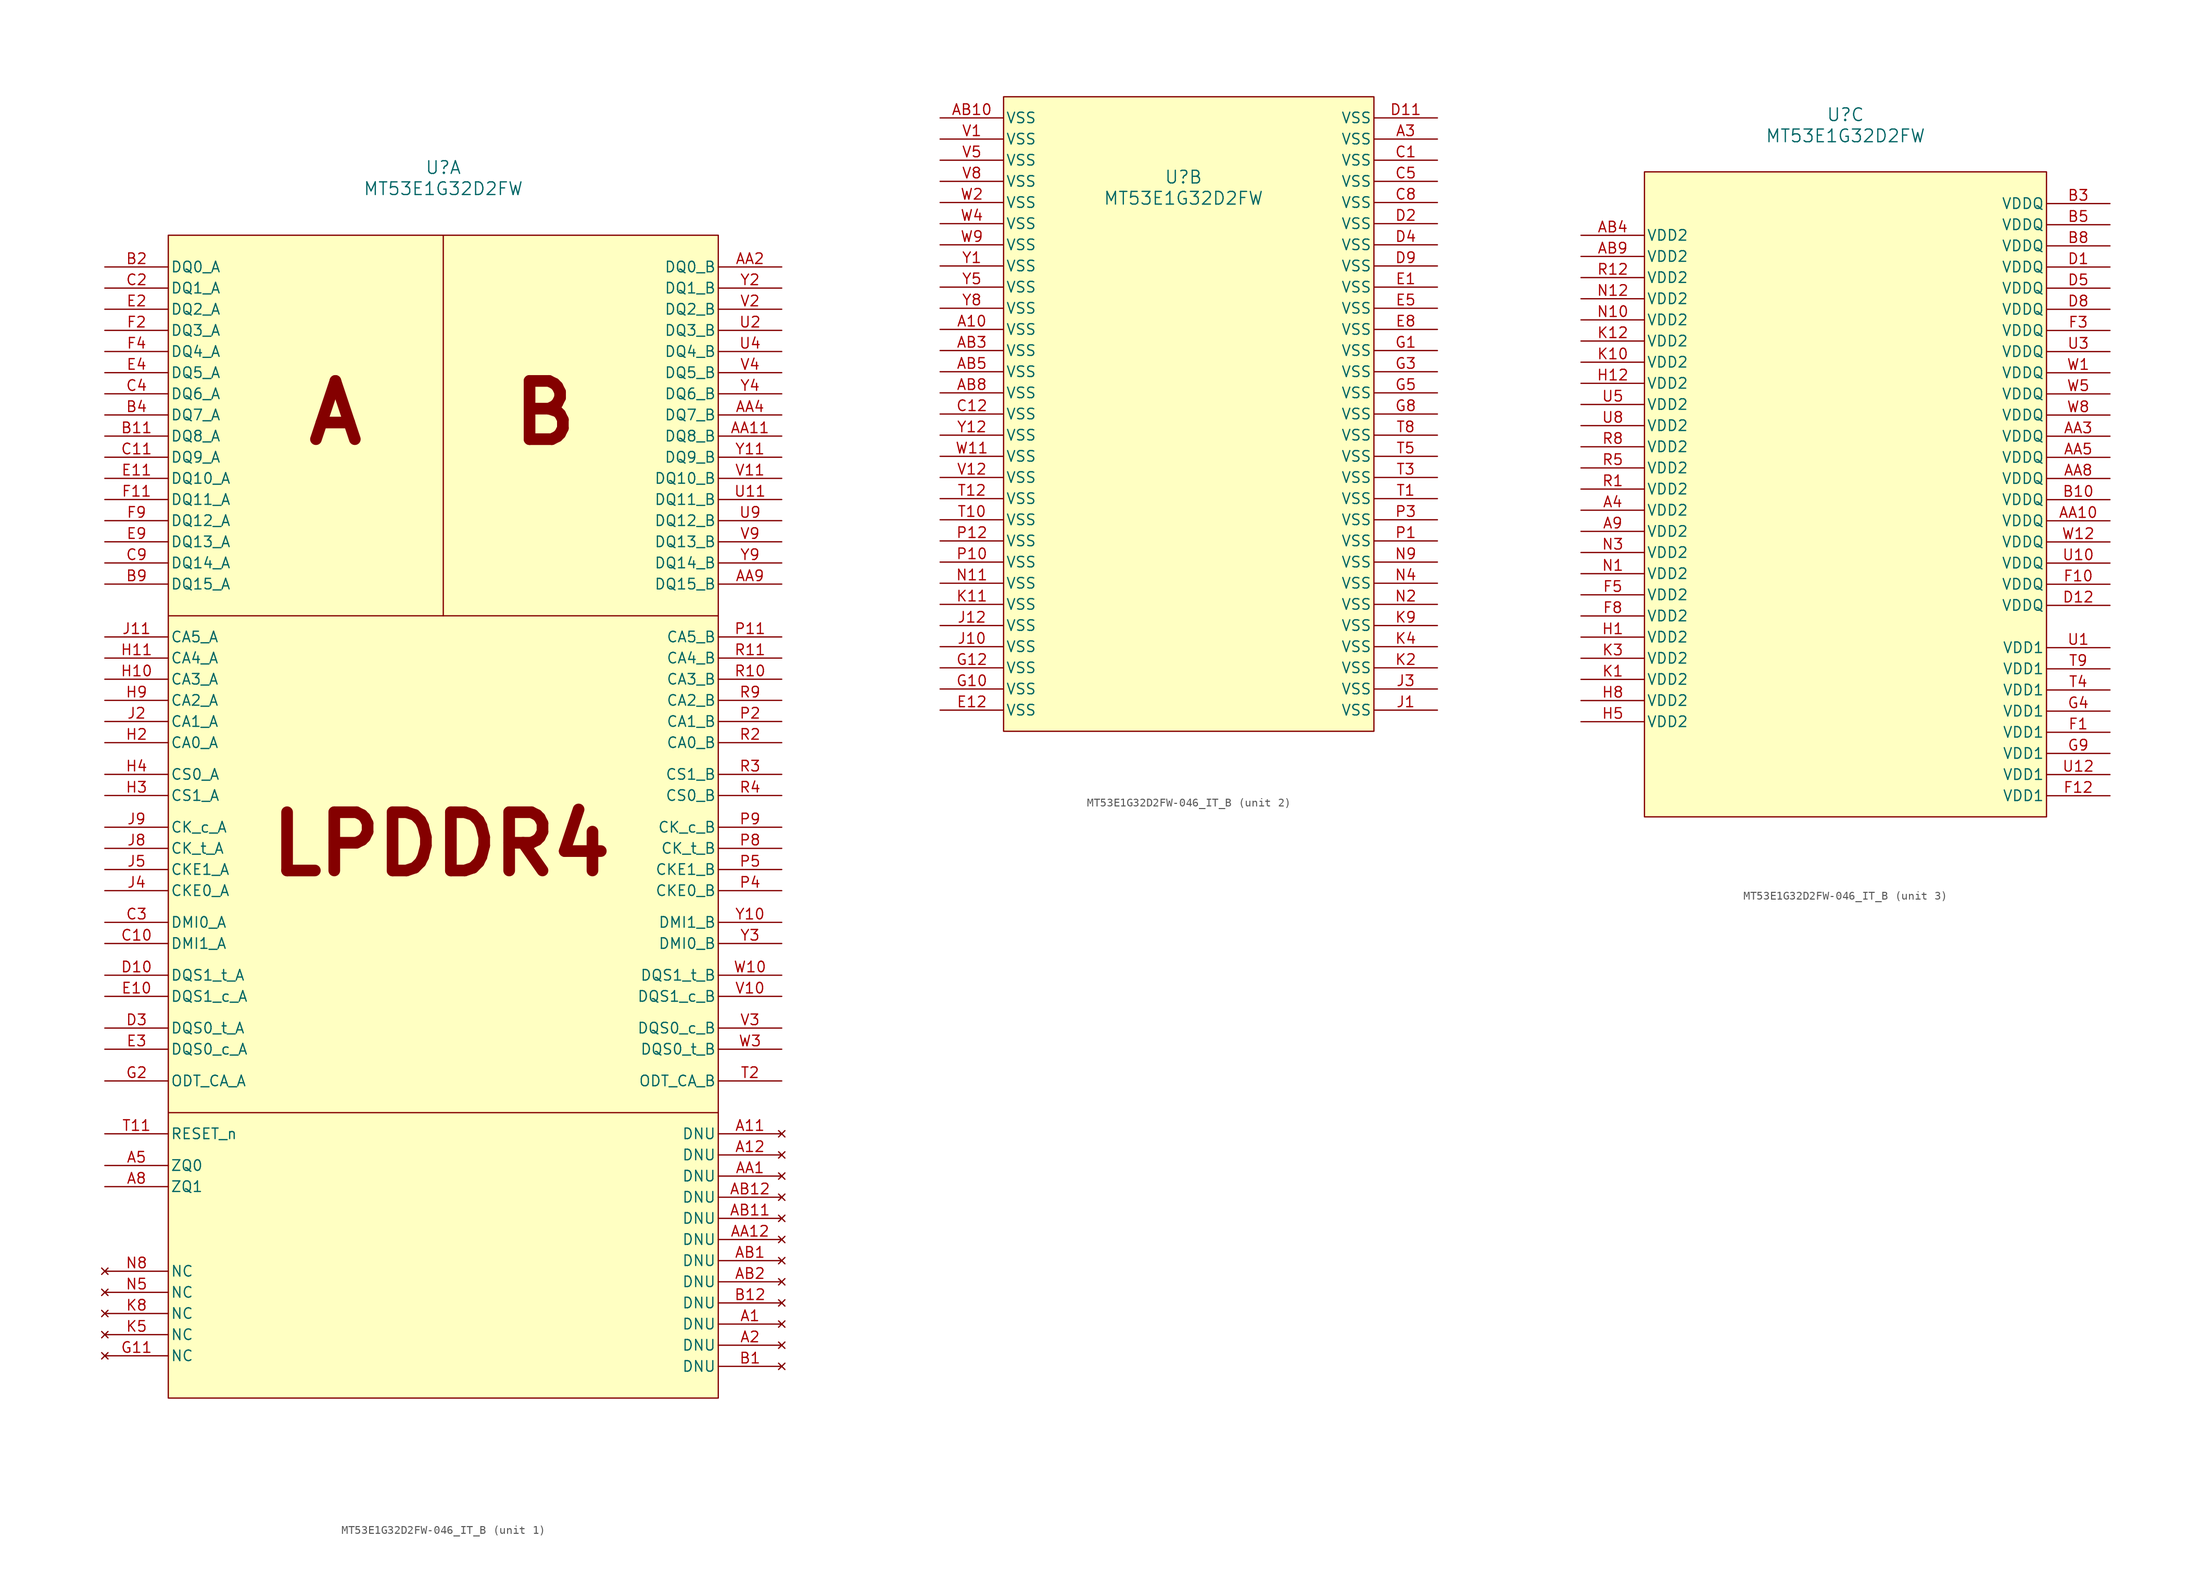
<source format=kicad_sym>
(kicad_symbol_lib
  (version 20231120)
  (generator "kicad_symbol_editor")
  (generator_version "8.0")
  (symbol "MT53E1G32D2FW-046_IT_B"
    (pin_names
      (offset 0.254))
    (property "Reference" "U"
      (at 0 22.098 0)
      (effects (font (size 1.524 1.524))))
    (property "Value" "MT53E1G32D2FW"
      (at 0 19.558 0)
      (effects (font (size 1.524 1.524))))
    (property "ki_locked" ""
      (at 0 0 0)
      (effects (font (size 1.27 1.27))))
    (symbol "MT53E1G32D2FW-046_IT_B_1_1"
      (rectangle (start -33.02 13.97) (end 33.02 -125.73) (stroke (width 0) (type default)) (fill (type background)))
      (polyline (pts (xy -33.02 -31.75) (xy 33.02 -31.75)) (stroke (width 0) (type default)) (fill (type none)))
      (polyline (pts (xy 0 13.97) (xy 0 -31.75)) (stroke (width 0) (type default)) (fill (type none)))
      (polyline (pts (xy 33.02 -91.44) (xy -33.02 -91.44)) (stroke (width 0) (type default)) (fill (type none)))
      (text "A" (at -12.954 -7.366 0) (effects (font (size 7 7) (thickness 1.4) (bold yes))))
      (text "B" (at 12.192 -7.366 0) (effects (font (size 7 7) (thickness 1.4) (bold yes))))
      (text "LPDDR4" (at -0.254 -59.182 0) (effects (font (size 7 7) (thickness 1.4) (bold yes))))
      (pin no_connect line (at 40.64 -116.84 180) (length 7.62) (name "DNU" (effects (font (size 1.27 1.27)))) (number "A1" (effects (font (size 1.27 1.27)))))
      (pin no_connect line (at 40.64 -93.98 180) (length 7.62) (name "DNU" (effects (font (size 1.27 1.27)))) (number "A11" (effects (font (size 1.27 1.27)))))
      (pin no_connect line (at 40.64 -96.52 180) (length 7.62) (name "DNU" (effects (font (size 1.27 1.27)))) (number "A12" (effects (font (size 1.27 1.27)))))
      (pin no_connect line (at 40.64 -119.38 180) (length 7.62) (name "DNU" (effects (font (size 1.27 1.27)))) (number "A2" (effects (font (size 1.27 1.27)))))
      (pin bidirectional line (at -40.64 -97.79 0) (length 7.62) (name "ZQ0" (effects (font (size 1.27 1.27)))) (number "A5" (effects (font (size 1.27 1.27)))))
      (pin power_in line (at -40.64 -100.33 0) (length 7.62) (name "ZQ1" (effects (font (size 1.27 1.27)))) (number "A8" (effects (font (size 1.27 1.27)))))
      (pin no_connect line (at 40.64 -99.06 180) (length 7.62) (name "DNU" (effects (font (size 1.27 1.27)))) (number "AA1" (effects (font (size 1.27 1.27)))))
      (pin bidirectional line (at 40.64 -10.16 180) (length 7.62) (name "DQ8_B" (effects (font (size 1.27 1.27)))) (number "AA11" (effects (font (size 1.27 1.27)))))
      (pin no_connect line (at 40.64 -106.68 180) (length 7.62) (name "DNU" (effects (font (size 1.27 1.27)))) (number "AA12" (effects (font (size 1.27 1.27)))))
      (pin bidirectional line (at 40.64 10.16 180) (length 7.62) (name "DQ0_B" (effects (font (size 1.27 1.27)))) (number "AA2" (effects (font (size 1.27 1.27)))))
      (pin bidirectional line (at 40.64 -7.62 180) (length 7.62) (name "DQ7_B" (effects (font (size 1.27 1.27)))) (number "AA4" (effects (font (size 1.27 1.27)))))
      (pin bidirectional line (at 40.64 -27.94 180) (length 7.62) (name "DQ15_B" (effects (font (size 1.27 1.27)))) (number "AA9" (effects (font (size 1.27 1.27)))))
      (pin no_connect line (at 40.64 -109.22 180) (length 7.62) (name "DNU" (effects (font (size 1.27 1.27)))) (number "AB1" (effects (font (size 1.27 1.27)))))
      (pin no_connect line (at 40.64 -104.14 180) (length 7.62) (name "DNU" (effects (font (size 1.27 1.27)))) (number "AB11" (effects (font (size 1.27 1.27)))))
      (pin no_connect line (at 40.64 -101.6 180) (length 7.62) (name "DNU" (effects (font (size 1.27 1.27)))) (number "AB12" (effects (font (size 1.27 1.27)))))
      (pin no_connect line (at 40.64 -111.76 180) (length 7.62) (name "DNU" (effects (font (size 1.27 1.27)))) (number "AB2" (effects (font (size 1.27 1.27)))))
      (pin no_connect line (at 40.64 -121.92 180) (length 7.62) (name "DNU" (effects (font (size 1.27 1.27)))) (number "B1" (effects (font (size 1.27 1.27)))))
      (pin bidirectional line (at -40.64 -10.16 0) (length 7.62) (name "DQ8_A" (effects (font (size 1.27 1.27)))) (number "B11" (effects (font (size 1.27 1.27)))))
      (pin no_connect line (at 40.64 -114.3 180) (length 7.62) (name "DNU" (effects (font (size 1.27 1.27)))) (number "B12" (effects (font (size 1.27 1.27)))))
      (pin bidirectional line (at -40.64 10.16 0) (length 7.62) (name "DQ0_A" (effects (font (size 1.27 1.27)))) (number "B2" (effects (font (size 1.27 1.27)))))
      (pin bidirectional line (at -40.64 -7.62 0) (length 7.62) (name "DQ7_A" (effects (font (size 1.27 1.27)))) (number "B4" (effects (font (size 1.27 1.27)))))
      (pin bidirectional line (at -40.64 -27.94 0) (length 7.62) (name "DQ15_A" (effects (font (size 1.27 1.27)))) (number "B9" (effects (font (size 1.27 1.27)))))
      (pin bidirectional line (at -40.64 -71.12 0) (length 7.62) (name "DMI1_A" (effects (font (size 1.27 1.27)))) (number "C10" (effects (font (size 1.27 1.27)))))
      (pin bidirectional line (at -40.64 -12.7 0) (length 7.62) (name "DQ9_A" (effects (font (size 1.27 1.27)))) (number "C11" (effects (font (size 1.27 1.27)))))
      (pin bidirectional line (at -40.64 7.62 0) (length 7.62) (name "DQ1_A" (effects (font (size 1.27 1.27)))) (number "C2" (effects (font (size 1.27 1.27)))))
      (pin bidirectional line (at -40.64 -68.58 0) (length 7.62) (name "DMI0_A" (effects (font (size 1.27 1.27)))) (number "C3" (effects (font (size 1.27 1.27)))))
      (pin bidirectional line (at -40.64 -5.08 0) (length 7.62) (name "DQ6_A" (effects (font (size 1.27 1.27)))) (number "C4" (effects (font (size 1.27 1.27)))))
      (pin bidirectional line (at -40.64 -25.4 0) (length 7.62) (name "DQ14_A" (effects (font (size 1.27 1.27)))) (number "C9" (effects (font (size 1.27 1.27)))))
      (pin bidirectional line (at -40.64 -74.93 0) (length 7.62) (name "DQS1_t_A" (effects (font (size 1.27 1.27)))) (number "D10" (effects (font (size 1.27 1.27)))))
      (pin bidirectional line (at -40.64 -81.28 0) (length 7.62) (name "DQS0_t_A" (effects (font (size 1.27 1.27)))) (number "D3" (effects (font (size 1.27 1.27)))))
      (pin bidirectional line (at -40.64 -77.47 0) (length 7.62) (name "DQS1_c_A" (effects (font (size 1.27 1.27)))) (number "E10" (effects (font (size 1.27 1.27)))))
      (pin bidirectional line (at -40.64 -15.24 0) (length 7.62) (name "DQ10_A" (effects (font (size 1.27 1.27)))) (number "E11" (effects (font (size 1.27 1.27)))))
      (pin bidirectional line (at -40.64 5.08 0) (length 7.62) (name "DQ2_A" (effects (font (size 1.27 1.27)))) (number "E2" (effects (font (size 1.27 1.27)))))
      (pin bidirectional line (at -40.64 -83.82 0) (length 7.62) (name "DQS0_c_A" (effects (font (size 1.27 1.27)))) (number "E3" (effects (font (size 1.27 1.27)))))
      (pin bidirectional line (at -40.64 -2.54 0) (length 7.62) (name "DQ5_A" (effects (font (size 1.27 1.27)))) (number "E4" (effects (font (size 1.27 1.27)))))
      (pin bidirectional line (at -40.64 -22.86 0) (length 7.62) (name "DQ13_A" (effects (font (size 1.27 1.27)))) (number "E9" (effects (font (size 1.27 1.27)))))
      (pin bidirectional line (at -40.64 -17.78 0) (length 7.62) (name "DQ11_A" (effects (font (size 1.27 1.27)))) (number "F11" (effects (font (size 1.27 1.27)))))
      (pin bidirectional line (at -40.64 2.54 0) (length 7.62) (name "DQ3_A" (effects (font (size 1.27 1.27)))) (number "F2" (effects (font (size 1.27 1.27)))))
      (pin bidirectional line (at -40.64 0 0) (length 7.62) (name "DQ4_A" (effects (font (size 1.27 1.27)))) (number "F4" (effects (font (size 1.27 1.27)))))
      (pin bidirectional line (at -40.64 -20.32 0) (length 7.62) (name "DQ12_A" (effects (font (size 1.27 1.27)))) (number "F9" (effects (font (size 1.27 1.27)))))
      (pin no_connect line (at -40.64 -120.65 0) (length 7.62) (name "NC" (effects (font (size 1.27 1.27)))) (number "G11" (effects (font (size 1.27 1.27)))))
      (pin input line (at -40.64 -87.63 0) (length 7.62) (name "ODT_CA_A" (effects (font (size 1.27 1.27)))) (number "G2" (effects (font (size 1.27 1.27)))))
      (pin input line (at -40.64 -39.37 0) (length 7.62) (name "CA3_A" (effects (font (size 1.27 1.27)))) (number "H10" (effects (font (size 1.27 1.27)))))
      (pin input line (at -40.64 -36.83 0) (length 7.62) (name "CA4_A" (effects (font (size 1.27 1.27)))) (number "H11" (effects (font (size 1.27 1.27)))))
      (pin input line (at -40.64 -46.99 0) (length 7.62) (name "CA0_A" (effects (font (size 1.27 1.27)))) (number "H2" (effects (font (size 1.27 1.27)))))
      (pin input line (at -40.64 -53.34 0) (length 7.62) (name "CS1_A" (effects (font (size 1.27 1.27)))) (number "H3" (effects (font (size 1.27 1.27)))))
      (pin input line (at -40.64 -50.8 0) (length 7.62) (name "CS0_A" (effects (font (size 1.27 1.27)))) (number "H4" (effects (font (size 1.27 1.27)))))
      (pin input line (at -40.64 -41.91 0) (length 7.62) (name "CA2_A" (effects (font (size 1.27 1.27)))) (number "H9" (effects (font (size 1.27 1.27)))))
      (pin input line (at -40.64 -34.29 0) (length 7.62) (name "CA5_A" (effects (font (size 1.27 1.27)))) (number "J11" (effects (font (size 1.27 1.27)))))
      (pin input line (at -40.64 -44.45 0) (length 7.62) (name "CA1_A" (effects (font (size 1.27 1.27)))) (number "J2" (effects (font (size 1.27 1.27)))))
      (pin input line (at -40.64 -64.77 0) (length 7.62) (name "CKE0_A" (effects (font (size 1.27 1.27)))) (number "J4" (effects (font (size 1.27 1.27)))))
      (pin input line (at -40.64 -62.23 0) (length 7.62) (name "CKE1_A" (effects (font (size 1.27 1.27)))) (number "J5" (effects (font (size 1.27 1.27)))))
      (pin input line (at -40.64 -59.69 0) (length 7.62) (name "CK_t_A" (effects (font (size 1.27 1.27)))) (number "J8" (effects (font (size 1.27 1.27)))))
      (pin input line (at -40.64 -57.15 0) (length 7.62) (name "CK_c_A" (effects (font (size 1.27 1.27)))) (number "J9" (effects (font (size 1.27 1.27)))))
      (pin no_connect line (at -40.64 -118.11 0) (length 7.62) (name "NC" (effects (font (size 1.27 1.27)))) (number "K5" (effects (font (size 1.27 1.27)))))
      (pin no_connect line (at -40.64 -115.57 0) (length 7.62) (name "NC" (effects (font (size 1.27 1.27)))) (number "K8" (effects (font (size 1.27 1.27)))))
      (pin no_connect line (at -40.64 -113.03 0) (length 7.62) (name "NC" (effects (font (size 1.27 1.27)))) (number "N5" (effects (font (size 1.27 1.27)))))
      (pin no_connect line (at -40.64 -110.49 0) (length 7.62) (name "NC" (effects (font (size 1.27 1.27)))) (number "N8" (effects (font (size 1.27 1.27)))))
      (pin input line (at 40.64 -34.29 180) (length 7.62) (name "CA5_B" (effects (font (size 1.27 1.27)))) (number "P11" (effects (font (size 1.27 1.27)))))
      (pin input line (at 40.64 -44.45 180) (length 7.62) (name "CA1_B" (effects (font (size 1.27 1.27)))) (number "P2" (effects (font (size 1.27 1.27)))))
      (pin input line (at 40.64 -64.77 180) (length 7.62) (name "CKE0_B" (effects (font (size 1.27 1.27)))) (number "P4" (effects (font (size 1.27 1.27)))))
      (pin input line (at 40.64 -62.23 180) (length 7.62) (name "CKE1_B" (effects (font (size 1.27 1.27)))) (number "P5" (effects (font (size 1.27 1.27)))))
      (pin input line (at 40.64 -59.69 180) (length 7.62) (name "CK_t_B" (effects (font (size 1.27 1.27)))) (number "P8" (effects (font (size 1.27 1.27)))))
      (pin input line (at 40.64 -57.15 180) (length 7.62) (name "CK_c_B" (effects (font (size 1.27 1.27)))) (number "P9" (effects (font (size 1.27 1.27)))))
      (pin input line (at 40.64 -39.37 180) (length 7.62) (name "CA3_B" (effects (font (size 1.27 1.27)))) (number "R10" (effects (font (size 1.27 1.27)))))
      (pin input line (at 40.64 -36.83 180) (length 7.62) (name "CA4_B" (effects (font (size 1.27 1.27)))) (number "R11" (effects (font (size 1.27 1.27)))))
      (pin input line (at 40.64 -46.99 180) (length 7.62) (name "CA0_B" (effects (font (size 1.27 1.27)))) (number "R2" (effects (font (size 1.27 1.27)))))
      (pin input line (at 40.64 -50.8 180) (length 7.62) (name "CS1_B" (effects (font (size 1.27 1.27)))) (number "R3" (effects (font (size 1.27 1.27)))))
      (pin input line (at 40.64 -53.34 180) (length 7.62) (name "CS0_B" (effects (font (size 1.27 1.27)))) (number "R4" (effects (font (size 1.27 1.27)))))
      (pin input line (at 40.64 -41.91 180) (length 7.62) (name "CA2_B" (effects (font (size 1.27 1.27)))) (number "R9" (effects (font (size 1.27 1.27)))))
      (pin input line (at -40.64 -93.98 0) (length 7.62) (name "RESET_n" (effects (font (size 1.27 1.27)))) (number "T11" (effects (font (size 1.27 1.27)))))
      (pin input line (at 40.64 -87.63 180) (length 7.62) (name "ODT_CA_B" (effects (font (size 1.27 1.27)))) (number "T2" (effects (font (size 1.27 1.27)))))
      (pin bidirectional line (at 40.64 -17.78 180) (length 7.62) (name "DQ11_B" (effects (font (size 1.27 1.27)))) (number "U11" (effects (font (size 1.27 1.27)))))
      (pin bidirectional line (at 40.64 2.54 180) (length 7.62) (name "DQ3_B" (effects (font (size 1.27 1.27)))) (number "U2" (effects (font (size 1.27 1.27)))))
      (pin bidirectional line (at 40.64 0 180) (length 7.62) (name "DQ4_B" (effects (font (size 1.27 1.27)))) (number "U4" (effects (font (size 1.27 1.27)))))
      (pin bidirectional line (at 40.64 -20.32 180) (length 7.62) (name "DQ12_B" (effects (font (size 1.27 1.27)))) (number "U9" (effects (font (size 1.27 1.27)))))
      (pin bidirectional line (at 40.64 -77.47 180) (length 7.62) (name "DQS1_c_B" (effects (font (size 1.27 1.27)))) (number "V10" (effects (font (size 1.27 1.27)))))
      (pin bidirectional line (at 40.64 -15.24 180) (length 7.62) (name "DQ10_B" (effects (font (size 1.27 1.27)))) (number "V11" (effects (font (size 1.27 1.27)))))
      (pin bidirectional line (at 40.64 5.08 180) (length 7.62) (name "DQ2_B" (effects (font (size 1.27 1.27)))) (number "V2" (effects (font (size 1.27 1.27)))))
      (pin bidirectional line (at 40.64 -81.28 180) (length 7.62) (name "DQS0_c_B" (effects (font (size 1.27 1.27)))) (number "V3" (effects (font (size 1.27 1.27)))))
      (pin bidirectional line (at 40.64 -2.54 180) (length 7.62) (name "DQ5_B" (effects (font (size 1.27 1.27)))) (number "V4" (effects (font (size 1.27 1.27)))))
      (pin bidirectional line (at 40.64 -22.86 180) (length 7.62) (name "DQ13_B" (effects (font (size 1.27 1.27)))) (number "V9" (effects (font (size 1.27 1.27)))))
      (pin bidirectional line (at 40.64 -74.93 180) (length 7.62) (name "DQS1_t_B" (effects (font (size 1.27 1.27)))) (number "W10" (effects (font (size 1.27 1.27)))))
      (pin bidirectional line (at 40.64 -83.82 180) (length 7.62) (name "DQS0_t_B" (effects (font (size 1.27 1.27)))) (number "W3" (effects (font (size 1.27 1.27)))))
      (pin bidirectional line (at 40.64 -68.58 180) (length 7.62) (name "DMI1_B" (effects (font (size 1.27 1.27)))) (number "Y10" (effects (font (size 1.27 1.27)))))
      (pin bidirectional line (at 40.64 -12.7 180) (length 7.62) (name "DQ9_B" (effects (font (size 1.27 1.27)))) (number "Y11" (effects (font (size 1.27 1.27)))))
      (pin bidirectional line (at 40.64 7.62 180) (length 7.62) (name "DQ1_B" (effects (font (size 1.27 1.27)))) (number "Y2" (effects (font (size 1.27 1.27)))))
      (pin bidirectional line (at 40.64 -71.12 180) (length 7.62) (name "DMI0_B" (effects (font (size 1.27 1.27)))) (number "Y3" (effects (font (size 1.27 1.27)))))
      (pin bidirectional line (at 40.64 -5.08 180) (length 7.62) (name "DQ6_B" (effects (font (size 1.27 1.27)))) (number "Y4" (effects (font (size 1.27 1.27)))))
      (pin bidirectional line (at 40.64 -25.4 180) (length 7.62) (name "DQ14_B" (effects (font (size 1.27 1.27)))) (number "Y9" (effects (font (size 1.27 1.27))))))
    (symbol "MT53E1G32D2FW-046_IT_B_2_1"
      (rectangle (start -21.59 31.75) (end 22.86 -44.45) (stroke (width 0) (type default)) (fill (type background)))
      (pin power_out line (at -29.21 3.81 0) (length 7.62) (name "VSS" (effects (font (size 1.27 1.27)))) (number "A10" (effects (font (size 1.27 1.27)))))
      (pin power_out line (at 30.48 26.67 180) (length 7.62) (name "VSS" (effects (font (size 1.27 1.27)))) (number "A3" (effects (font (size 1.27 1.27)))))
      (pin power_out line (at -29.21 29.21 0) (length 7.62) (name "VSS" (effects (font (size 1.27 1.27)))) (number "AB10" (effects (font (size 1.27 1.27)))))
      (pin power_out line (at -29.21 1.27 0) (length 7.62) (name "VSS" (effects (font (size 1.27 1.27)))) (number "AB3" (effects (font (size 1.27 1.27)))))
      (pin power_out line (at -29.21 -1.27 0) (length 7.62) (name "VSS" (effects (font (size 1.27 1.27)))) (number "AB5" (effects (font (size 1.27 1.27)))))
      (pin power_out line (at -29.21 -3.81 0) (length 7.62) (name "VSS" (effects (font (size 1.27 1.27)))) (number "AB8" (effects (font (size 1.27 1.27)))))
      (pin power_out line (at 30.48 24.13 180) (length 7.62) (name "VSS" (effects (font (size 1.27 1.27)))) (number "C1" (effects (font (size 1.27 1.27)))))
      (pin power_out line (at -29.21 -6.35 0) (length 7.62) (name "VSS" (effects (font (size 1.27 1.27)))) (number "C12" (effects (font (size 1.27 1.27)))))
      (pin power_out line (at 30.48 21.59 180) (length 7.62) (name "VSS" (effects (font (size 1.27 1.27)))) (number "C5" (effects (font (size 1.27 1.27)))))
      (pin power_out line (at 30.48 19.05 180) (length 7.62) (name "VSS" (effects (font (size 1.27 1.27)))) (number "C8" (effects (font (size 1.27 1.27)))))
      (pin power_out line (at 30.48 29.21 180) (length 7.62) (name "VSS" (effects (font (size 1.27 1.27)))) (number "D11" (effects (font (size 1.27 1.27)))))
      (pin power_out line (at 30.48 16.51 180) (length 7.62) (name "VSS" (effects (font (size 1.27 1.27)))) (number "D2" (effects (font (size 1.27 1.27)))))
      (pin power_out line (at 30.48 13.97 180) (length 7.62) (name "VSS" (effects (font (size 1.27 1.27)))) (number "D4" (effects (font (size 1.27 1.27)))))
      (pin power_out line (at 30.48 11.43 180) (length 7.62) (name "VSS" (effects (font (size 1.27 1.27)))) (number "D9" (effects (font (size 1.27 1.27)))))
      (pin power_out line (at 30.48 8.89 180) (length 7.62) (name "VSS" (effects (font (size 1.27 1.27)))) (number "E1" (effects (font (size 1.27 1.27)))))
      (pin power_out line (at -29.21 -41.91 0) (length 7.62) (name "VSS" (effects (font (size 1.27 1.27)))) (number "E12" (effects (font (size 1.27 1.27)))))
      (pin power_out line (at 30.48 6.35 180) (length 7.62) (name "VSS" (effects (font (size 1.27 1.27)))) (number "E5" (effects (font (size 1.27 1.27)))))
      (pin power_out line (at 30.48 3.81 180) (length 7.62) (name "VSS" (effects (font (size 1.27 1.27)))) (number "E8" (effects (font (size 1.27 1.27)))))
      (pin power_out line (at 30.48 1.27 180) (length 7.62) (name "VSS" (effects (font (size 1.27 1.27)))) (number "G1" (effects (font (size 1.27 1.27)))))
      (pin power_out line (at -29.21 -39.37 0) (length 7.62) (name "VSS" (effects (font (size 1.27 1.27)))) (number "G10" (effects (font (size 1.27 1.27)))))
      (pin power_out line (at -29.21 -36.83 0) (length 7.62) (name "VSS" (effects (font (size 1.27 1.27)))) (number "G12" (effects (font (size 1.27 1.27)))))
      (pin power_out line (at 30.48 -1.27 180) (length 7.62) (name "VSS" (effects (font (size 1.27 1.27)))) (number "G3" (effects (font (size 1.27 1.27)))))
      (pin power_out line (at 30.48 -3.81 180) (length 7.62) (name "VSS" (effects (font (size 1.27 1.27)))) (number "G5" (effects (font (size 1.27 1.27)))))
      (pin power_out line (at 30.48 -6.35 180) (length 7.62) (name "VSS" (effects (font (size 1.27 1.27)))) (number "G8" (effects (font (size 1.27 1.27)))))
      (pin power_out line (at 30.48 -41.91 180) (length 7.62) (name "VSS" (effects (font (size 1.27 1.27)))) (number "J1" (effects (font (size 1.27 1.27)))))
      (pin power_out line (at -29.21 -34.29 0) (length 7.62) (name "VSS" (effects (font (size 1.27 1.27)))) (number "J10" (effects (font (size 1.27 1.27)))))
      (pin power_out line (at -29.21 -31.75 0) (length 7.62) (name "VSS" (effects (font (size 1.27 1.27)))) (number "J12" (effects (font (size 1.27 1.27)))))
      (pin power_out line (at 30.48 -39.37 180) (length 7.62) (name "VSS" (effects (font (size 1.27 1.27)))) (number "J3" (effects (font (size 1.27 1.27)))))
      (pin power_out line (at -29.21 -29.21 0) (length 7.62) (name "VSS" (effects (font (size 1.27 1.27)))) (number "K11" (effects (font (size 1.27 1.27)))))
      (pin power_out line (at 30.48 -36.83 180) (length 7.62) (name "VSS" (effects (font (size 1.27 1.27)))) (number "K2" (effects (font (size 1.27 1.27)))))
      (pin power_out line (at 30.48 -34.29 180) (length 7.62) (name "VSS" (effects (font (size 1.27 1.27)))) (number "K4" (effects (font (size 1.27 1.27)))))
      (pin power_out line (at 30.48 -31.75 180) (length 7.62) (name "VSS" (effects (font (size 1.27 1.27)))) (number "K9" (effects (font (size 1.27 1.27)))))
      (pin power_out line (at -29.21 -26.67 0) (length 7.62) (name "VSS" (effects (font (size 1.27 1.27)))) (number "N11" (effects (font (size 1.27 1.27)))))
      (pin power_out line (at 30.48 -29.21 180) (length 7.62) (name "VSS" (effects (font (size 1.27 1.27)))) (number "N2" (effects (font (size 1.27 1.27)))))
      (pin power_out line (at 30.48 -26.67 180) (length 7.62) (name "VSS" (effects (font (size 1.27 1.27)))) (number "N4" (effects (font (size 1.27 1.27)))))
      (pin power_out line (at 30.48 -24.13 180) (length 7.62) (name "VSS" (effects (font (size 1.27 1.27)))) (number "N9" (effects (font (size 1.27 1.27)))))
      (pin power_out line (at 30.48 -21.59 180) (length 7.62) (name "VSS" (effects (font (size 1.27 1.27)))) (number "P1" (effects (font (size 1.27 1.27)))))
      (pin power_out line (at -29.21 -24.13 0) (length 7.62) (name "VSS" (effects (font (size 1.27 1.27)))) (number "P10" (effects (font (size 1.27 1.27)))))
      (pin power_out line (at -29.21 -21.59 0) (length 7.62) (name "VSS" (effects (font (size 1.27 1.27)))) (number "P12" (effects (font (size 1.27 1.27)))))
      (pin power_out line (at 30.48 -19.05 180) (length 7.62) (name "VSS" (effects (font (size 1.27 1.27)))) (number "P3" (effects (font (size 1.27 1.27)))))
      (pin power_out line (at 30.48 -16.51 180) (length 7.62) (name "VSS" (effects (font (size 1.27 1.27)))) (number "T1" (effects (font (size 1.27 1.27)))))
      (pin power_out line (at -29.21 -19.05 0) (length 7.62) (name "VSS" (effects (font (size 1.27 1.27)))) (number "T10" (effects (font (size 1.27 1.27)))))
      (pin power_out line (at -29.21 -16.51 0) (length 7.62) (name "VSS" (effects (font (size 1.27 1.27)))) (number "T12" (effects (font (size 1.27 1.27)))))
      (pin power_out line (at 30.48 -13.97 180) (length 7.62) (name "VSS" (effects (font (size 1.27 1.27)))) (number "T3" (effects (font (size 1.27 1.27)))))
      (pin power_out line (at 30.48 -11.43 180) (length 7.62) (name "VSS" (effects (font (size 1.27 1.27)))) (number "T5" (effects (font (size 1.27 1.27)))))
      (pin power_out line (at 30.48 -8.89 180) (length 7.62) (name "VSS" (effects (font (size 1.27 1.27)))) (number "T8" (effects (font (size 1.27 1.27)))))
      (pin power_out line (at -29.21 26.67 0) (length 7.62) (name "VSS" (effects (font (size 1.27 1.27)))) (number "V1" (effects (font (size 1.27 1.27)))))
      (pin power_out line (at -29.21 -13.97 0) (length 7.62) (name "VSS" (effects (font (size 1.27 1.27)))) (number "V12" (effects (font (size 1.27 1.27)))))
      (pin power_out line (at -29.21 24.13 0) (length 7.62) (name "VSS" (effects (font (size 1.27 1.27)))) (number "V5" (effects (font (size 1.27 1.27)))))
      (pin power_out line (at -29.21 21.59 0) (length 7.62) (name "VSS" (effects (font (size 1.27 1.27)))) (number "V8" (effects (font (size 1.27 1.27)))))
      (pin power_out line (at -29.21 -11.43 0) (length 7.62) (name "VSS" (effects (font (size 1.27 1.27)))) (number "W11" (effects (font (size 1.27 1.27)))))
      (pin power_out line (at -29.21 19.05 0) (length 7.62) (name "VSS" (effects (font (size 1.27 1.27)))) (number "W2" (effects (font (size 1.27 1.27)))))
      (pin power_out line (at -29.21 16.51 0) (length 7.62) (name "VSS" (effects (font (size 1.27 1.27)))) (number "W4" (effects (font (size 1.27 1.27)))))
      (pin power_out line (at -29.21 13.97 0) (length 7.62) (name "VSS" (effects (font (size 1.27 1.27)))) (number "W9" (effects (font (size 1.27 1.27)))))
      (pin power_out line (at -29.21 11.43 0) (length 7.62) (name "VSS" (effects (font (size 1.27 1.27)))) (number "Y1" (effects (font (size 1.27 1.27)))))
      (pin power_out line (at -29.21 -8.89 0) (length 7.62) (name "VSS" (effects (font (size 1.27 1.27)))) (number "Y12" (effects (font (size 1.27 1.27)))))
      (pin power_out line (at -29.21 8.89 0) (length 7.62) (name "VSS" (effects (font (size 1.27 1.27)))) (number "Y5" (effects (font (size 1.27 1.27)))))
      (pin power_out line (at -29.21 6.35 0) (length 7.62) (name "VSS" (effects (font (size 1.27 1.27)))) (number "Y8" (effects (font (size 1.27 1.27))))))
    (symbol "MT53E1G32D2FW-046_IT_B_3_1"
      (rectangle (start -24.13 15.24) (end 24.13 -62.23) (stroke (width 0) (type default)) (fill (type background)))
      (pin power_in line (at -31.75 -25.4 0) (length 7.62) (name "VDD2" (effects (font (size 1.27 1.27)))) (number "A4" (effects (font (size 1.27 1.27)))))
      (pin power_in line (at -31.75 -27.94 0) (length 7.62) (name "VDD2" (effects (font (size 1.27 1.27)))) (number "A9" (effects (font (size 1.27 1.27)))))
      (pin power_in line (at 31.75 -26.67 180) (length 7.62) (name "VDDQ" (effects (font (size 1.27 1.27)))) (number "AA10" (effects (font (size 1.27 1.27)))))
      (pin power_in line (at 31.75 -16.51 180) (length 7.62) (name "VDDQ" (effects (font (size 1.27 1.27)))) (number "AA3" (effects (font (size 1.27 1.27)))))
      (pin power_in line (at 31.75 -19.05 180) (length 7.62) (name "VDDQ" (effects (font (size 1.27 1.27)))) (number "AA5" (effects (font (size 1.27 1.27)))))
      (pin power_in line (at 31.75 -21.59 180) (length 7.62) (name "VDDQ" (effects (font (size 1.27 1.27)))) (number "AA8" (effects (font (size 1.27 1.27)))))
      (pin power_in line (at -31.75 7.62 0) (length 7.62) (name "VDD2" (effects (font (size 1.27 1.27)))) (number "AB4" (effects (font (size 1.27 1.27)))))
      (pin power_in line (at -31.75 5.08 0) (length 7.62) (name "VDD2" (effects (font (size 1.27 1.27)))) (number "AB9" (effects (font (size 1.27 1.27)))))
      (pin power_in line (at 31.75 -24.13 180) (length 7.62) (name "VDDQ" (effects (font (size 1.27 1.27)))) (number "B10" (effects (font (size 1.27 1.27)))))
      (pin power_in line (at 31.75 11.43 180) (length 7.62) (name "VDDQ" (effects (font (size 1.27 1.27)))) (number "B3" (effects (font (size 1.27 1.27)))))
      (pin power_in line (at 31.75 8.89 180) (length 7.62) (name "VDDQ" (effects (font (size 1.27 1.27)))) (number "B5" (effects (font (size 1.27 1.27)))))
      (pin power_in line (at 31.75 6.35 180) (length 7.62) (name "VDDQ" (effects (font (size 1.27 1.27)))) (number "B8" (effects (font (size 1.27 1.27)))))
      (pin power_in line (at 31.75 3.81 180) (length 7.62) (name "VDDQ" (effects (font (size 1.27 1.27)))) (number "D1" (effects (font (size 1.27 1.27)))))
      (pin power_in line (at 31.75 -36.83 180) (length 7.62) (name "VDDQ" (effects (font (size 1.27 1.27)))) (number "D12" (effects (font (size 1.27 1.27)))))
      (pin power_in line (at 31.75 1.27 180) (length 7.62) (name "VDDQ" (effects (font (size 1.27 1.27)))) (number "D5" (effects (font (size 1.27 1.27)))))
      (pin power_in line (at 31.75 -1.27 180) (length 7.62) (name "VDDQ" (effects (font (size 1.27 1.27)))) (number "D8" (effects (font (size 1.27 1.27)))))
      (pin power_in line (at 31.75 -52.07 180) (length 7.62) (name "VDD1" (effects (font (size 1.27 1.27)))) (number "F1" (effects (font (size 1.27 1.27)))))
      (pin power_in line (at 31.75 -34.29 180) (length 7.62) (name "VDDQ" (effects (font (size 1.27 1.27)))) (number "F10" (effects (font (size 1.27 1.27)))))
      (pin power_in line (at 31.75 -59.69 180) (length 7.62) (name "VDD1" (effects (font (size 1.27 1.27)))) (number "F12" (effects (font (size 1.27 1.27)))))
      (pin power_in line (at 31.75 -3.81 180) (length 7.62) (name "VDDQ" (effects (font (size 1.27 1.27)))) (number "F3" (effects (font (size 1.27 1.27)))))
      (pin power_in line (at -31.75 -35.56 0) (length 7.62) (name "VDD2" (effects (font (size 1.27 1.27)))) (number "F5" (effects (font (size 1.27 1.27)))))
      (pin power_in line (at -31.75 -38.1 0) (length 7.62) (name "VDD2" (effects (font (size 1.27 1.27)))) (number "F8" (effects (font (size 1.27 1.27)))))
      (pin power_in line (at 31.75 -49.53 180) (length 7.62) (name "VDD1" (effects (font (size 1.27 1.27)))) (number "G4" (effects (font (size 1.27 1.27)))))
      (pin power_in line (at 31.75 -54.61 180) (length 7.62) (name "VDD1" (effects (font (size 1.27 1.27)))) (number "G9" (effects (font (size 1.27 1.27)))))
      (pin power_in line (at -31.75 -40.64 0) (length 7.62) (name "VDD2" (effects (font (size 1.27 1.27)))) (number "H1" (effects (font (size 1.27 1.27)))))
      (pin power_in line (at -31.75 -10.16 0) (length 7.62) (name "VDD2" (effects (font (size 1.27 1.27)))) (number "H12" (effects (font (size 1.27 1.27)))))
      (pin power_in line (at -31.75 -50.8 0) (length 7.62) (name "VDD2" (effects (font (size 1.27 1.27)))) (number "H5" (effects (font (size 1.27 1.27)))))
      (pin power_in line (at -31.75 -48.26 0) (length 7.62) (name "VDD2" (effects (font (size 1.27 1.27)))) (number "H8" (effects (font (size 1.27 1.27)))))
      (pin power_in line (at -31.75 -45.72 0) (length 7.62) (name "VDD2" (effects (font (size 1.27 1.27)))) (number "K1" (effects (font (size 1.27 1.27)))))
      (pin power_in line (at -31.75 -7.62 0) (length 7.62) (name "VDD2" (effects (font (size 1.27 1.27)))) (number "K10" (effects (font (size 1.27 1.27)))))
      (pin power_in line (at -31.75 -5.08 0) (length 7.62) (name "VDD2" (effects (font (size 1.27 1.27)))) (number "K12" (effects (font (size 1.27 1.27)))))
      (pin power_in line (at -31.75 -43.18 0) (length 7.62) (name "VDD2" (effects (font (size 1.27 1.27)))) (number "K3" (effects (font (size 1.27 1.27)))))
      (pin power_in line (at -31.75 -33.02 0) (length 7.62) (name "VDD2" (effects (font (size 1.27 1.27)))) (number "N1" (effects (font (size 1.27 1.27)))))
      (pin power_in line (at -31.75 -2.54 0) (length 7.62) (name "VDD2" (effects (font (size 1.27 1.27)))) (number "N10" (effects (font (size 1.27 1.27)))))
      (pin power_in line (at -31.75 0 0) (length 7.62) (name "VDD2" (effects (font (size 1.27 1.27)))) (number "N12" (effects (font (size 1.27 1.27)))))
      (pin power_in line (at -31.75 -30.48 0) (length 7.62) (name "VDD2" (effects (font (size 1.27 1.27)))) (number "N3" (effects (font (size 1.27 1.27)))))
      (pin power_in line (at -31.75 -22.86 0) (length 7.62) (name "VDD2" (effects (font (size 1.27 1.27)))) (number "R1" (effects (font (size 1.27 1.27)))))
      (pin power_in line (at -31.75 2.54 0) (length 7.62) (name "VDD2" (effects (font (size 1.27 1.27)))) (number "R12" (effects (font (size 1.27 1.27)))))
      (pin power_in line (at -31.75 -20.32 0) (length 7.62) (name "VDD2" (effects (font (size 1.27 1.27)))) (number "R5" (effects (font (size 1.27 1.27)))))
      (pin power_in line (at -31.75 -17.78 0) (length 7.62) (name "VDD2" (effects (font (size 1.27 1.27)))) (number "R8" (effects (font (size 1.27 1.27)))))
      (pin power_in line (at 31.75 -46.99 180) (length 7.62) (name "VDD1" (effects (font (size 1.27 1.27)))) (number "T4" (effects (font (size 1.27 1.27)))))
      (pin power_in line (at 31.75 -44.45 180) (length 7.62) (name "VDD1" (effects (font (size 1.27 1.27)))) (number "T9" (effects (font (size 1.27 1.27)))))
      (pin power_in line (at 31.75 -41.91 180) (length 7.62) (name "VDD1" (effects (font (size 1.27 1.27)))) (number "U1" (effects (font (size 1.27 1.27)))))
      (pin power_in line (at 31.75 -31.75 180) (length 7.62) (name "VDDQ" (effects (font (size 1.27 1.27)))) (number "U10" (effects (font (size 1.27 1.27)))))
      (pin power_in line (at 31.75 -57.15 180) (length 7.62) (name "VDD1" (effects (font (size 1.27 1.27)))) (number "U12" (effects (font (size 1.27 1.27)))))
      (pin power_in line (at 31.75 -6.35 180) (length 7.62) (name "VDDQ" (effects (font (size 1.27 1.27)))) (number "U3" (effects (font (size 1.27 1.27)))))
      (pin power_in line (at -31.75 -12.7 0) (length 7.62) (name "VDD2" (effects (font (size 1.27 1.27)))) (number "U5" (effects (font (size 1.27 1.27)))))
      (pin power_in line (at -31.75 -15.24 0) (length 7.62) (name "VDD2" (effects (font (size 1.27 1.27)))) (number "U8" (effects (font (size 1.27 1.27)))))
      (pin power_in line (at 31.75 -8.89 180) (length 7.62) (name "VDDQ" (effects (font (size 1.27 1.27)))) (number "W1" (effects (font (size 1.27 1.27)))))
      (pin power_in line (at 31.75 -29.21 180) (length 7.62) (name "VDDQ" (effects (font (size 1.27 1.27)))) (number "W12" (effects (font (size 1.27 1.27)))))
      (pin power_in line (at 31.75 -11.43 180) (length 7.62) (name "VDDQ" (effects (font (size 1.27 1.27)))) (number "W5" (effects (font (size 1.27 1.27)))))
      (pin power_in line (at 31.75 -13.97 180) (length 7.62) (name "VDDQ" (effects (font (size 1.27 1.27)))) (number "W8" (effects (font (size 1.27 1.27))))))))
</source>
